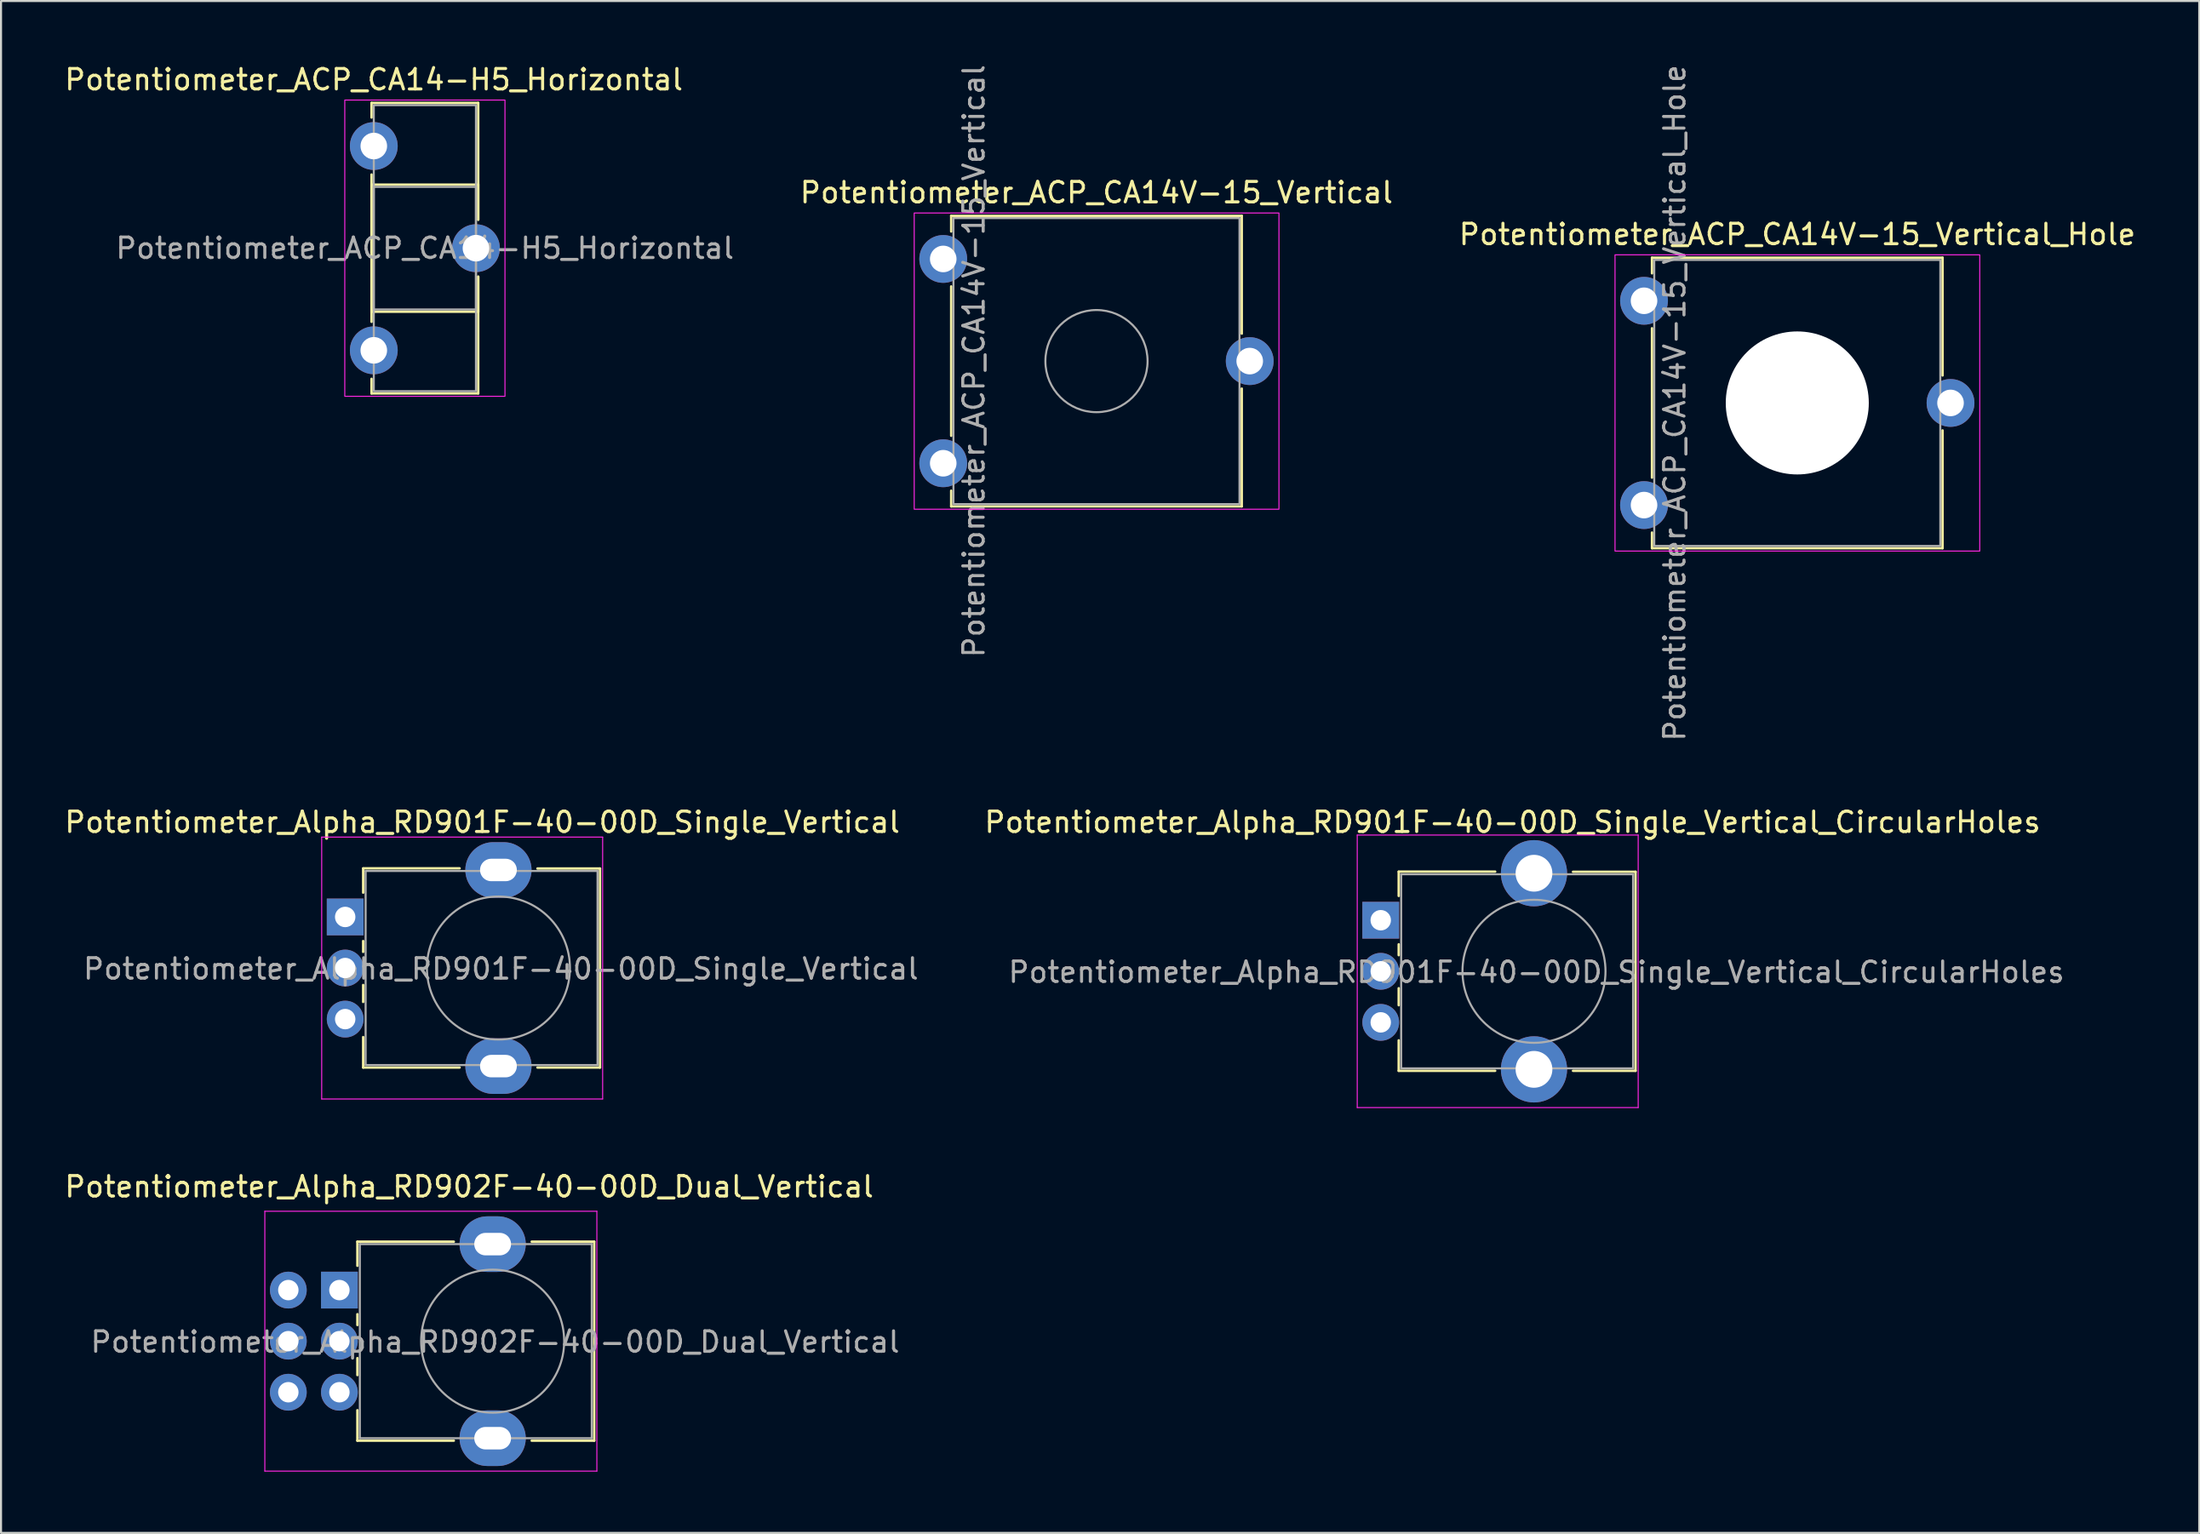
<source format=kicad_pcb>
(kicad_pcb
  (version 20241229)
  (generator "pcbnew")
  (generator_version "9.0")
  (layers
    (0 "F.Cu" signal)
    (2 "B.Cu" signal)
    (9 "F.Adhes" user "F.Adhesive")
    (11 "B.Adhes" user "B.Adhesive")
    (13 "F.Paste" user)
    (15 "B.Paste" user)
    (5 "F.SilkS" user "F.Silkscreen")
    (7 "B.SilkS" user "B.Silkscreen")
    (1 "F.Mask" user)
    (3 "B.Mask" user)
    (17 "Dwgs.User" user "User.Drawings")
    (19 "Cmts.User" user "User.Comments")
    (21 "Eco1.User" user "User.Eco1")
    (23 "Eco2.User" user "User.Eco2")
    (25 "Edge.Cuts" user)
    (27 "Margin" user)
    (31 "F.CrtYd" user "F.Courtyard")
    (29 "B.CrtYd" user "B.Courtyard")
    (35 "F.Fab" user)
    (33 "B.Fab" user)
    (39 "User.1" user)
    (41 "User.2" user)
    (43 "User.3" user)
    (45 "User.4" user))
  (footprint "Potentiometer_ACP_CA14-H5_Horizontal"
    (layer "F.Cu")
    (at 15.244 4.098)
    (property "Reference" "Potentiometer_ACP_CA14-H5_Horizontal" (at 0 -3.25 0) (layer "F.SilkS") (effects (font (size 1 1) (thickness 0.15))))
    (attr through_hole)
    (fp_line (start -0.11 -2.11) (end 5.11 -2.11) (stroke (width 0.12) (type solid)) (layer "F.SilkS"))
    (fp_line (start -0.11 -1.396) (end -0.11 -2.11) (stroke (width 0.12) (type solid)) (layer "F.SilkS"))
    (fp_line (start -0.11 1.89) (end 5.11 1.89) (stroke (width 0.12) (type solid)) (layer "F.SilkS"))
    (fp_line (start -0.11 8.11) (end -0.11 1.89) (stroke (width 0.12) (type solid)) (layer "F.SilkS"))
    (fp_line (start -0.11 8.604) (end -0.11 1.396) (stroke (width 0.12) (type solid)) (layer "F.SilkS"))
    (fp_line (start -0.11 12.11) (end -0.11 11.396) (stroke (width 0.12) (type solid)) (layer "F.SilkS"))
    (fp_line (start 5.11 -2.11) (end 5.11 3.604) (stroke (width 0.12) (type solid)) (layer "F.SilkS"))
    (fp_line (start 5.11 1.89) (end 5.11 3.604) (stroke (width 0.12) (type solid)) (layer "F.SilkS"))
    (fp_line (start 5.11 6.396) (end 5.11 8.11) (stroke (width 0.12) (type solid)) (layer "F.SilkS"))
    (fp_line (start 5.11 6.396) (end 5.11 12.11) (stroke (width 0.12) (type solid)) (layer "F.SilkS"))
    (fp_line (start 5.11 8.11) (end -0.11 8.11) (stroke (width 0.12) (type solid)) (layer "F.SilkS"))
    (fp_line (start 5.11 12.11) (end -0.11 12.11) (stroke (width 0.12) (type solid)) (layer "F.SilkS"))
    (fp_rect (start -1.42 -2.25) (end 6.42 12.25) (stroke (width 0.05) (type solid)) (fill no) (layer "F.CrtYd"))
    (fp_rect (start 0 -2) (end 5 12) (stroke (width 0.1) (type solid)) (fill no) (layer "F.Fab"))
    (fp_rect (start 0 2) (end 5 8) (stroke (width 0.1) (type solid)) (fill no) (layer "F.Fab"))
    (fp_text user "${REFERENCE}" (at 2.5 5 0) (layer "F.Fab") (effects (font (size 1 1) (thickness 0.15))))
    (pad "1" thru_hole circle (at 0 0) (size 2.34 2.34) (drill 1.3) (layers "*.Cu" "*.Mask"))
    (pad "2" thru_hole circle (at 5 5) (size 2.34 2.34) (drill 1.3) (layers "*.Cu" "*.Mask"))
    (pad "3" thru_hole circle (at 0 10) (size 2.34 2.34) (drill 1.3) (layers "*.Cu" "*.Mask")))
  (footprint "Potentiometer_ACP_CA14V-15_Vertical_Hole"
    (layer "F.Cu")
    (at 77.411 21.673)
    (property "Reference" "Potentiometer_ACP_CA14V-15_Vertical_Hole" (at 7.5 -13.25 0) (layer "F.SilkS") (effects (font (size 1 1) (thickness 0.15))))
    (attr through_hole)
    (fp_line (start 0.39 -12.11) (end 14.61 -12.11) (stroke (width 0.12) (type solid)) (layer "F.SilkS"))
    (fp_line (start 0.39 -11.345) (end 0.39 -12.11) (stroke (width 0.12) (type solid)) (layer "F.SilkS"))
    (fp_line (start 0.39 -1.345) (end 0.39 -8.655) (stroke (width 0.12) (type solid)) (layer "F.SilkS"))
    (fp_line (start 0.39 2.11) (end 0.39 1.345) (stroke (width 0.12) (type solid)) (layer "F.SilkS"))
    (fp_line (start 14.61 -12.11) (end 14.61 -6.345) (stroke (width 0.12) (type solid)) (layer "F.SilkS"))
    (fp_line (start 14.61 -3.655) (end 14.61 2.11) (stroke (width 0.12) (type solid)) (layer "F.SilkS"))
    (fp_line (start 14.61 2.11) (end 0.39 2.11) (stroke (width 0.12) (type solid)) (layer "F.SilkS"))
    (fp_rect (start -1.42 -12.25) (end 16.43 2.25) (stroke (width 0.05) (type solid)) (fill no) (layer "F.CrtYd"))
    (fp_rect (start 0.5 -12) (end 14.5 2) (stroke (width 0.1) (type solid)) (fill no) (layer "F.Fab"))
    (fp_text user "${REFERENCE}" (at 1.5 -5 90) (layer "F.Fab") (effects (font (size 1 1) (thickness 0.15))))
    (pad "" np_thru_hole circle (at 7.5 -5) (size 7 7) (drill 7) (layers "*.Cu" "*.Mask"))
    (pad "1" thru_hole circle (at 0 0) (size 2.34 2.34) (drill 1.3) (layers "*.Cu" "*.Mask"))
    (pad "2" thru_hole circle (at 15 -5) (size 2.34 2.34) (drill 1.3) (layers "*.Cu" "*.Mask"))
    (pad "3" thru_hole circle (at 0 -10) (size 2.34 2.34) (drill 1.3) (layers "*.Cu" "*.Mask")))
  (footprint "Potentiometer_Alpha_RD901F-40-00D_Single_Vertical_CircularHoles"
    (layer "F.Cu")
    (at 64.525 41.993)
    (property "Reference" "Potentiometer_Alpha_RD901F-40-00D_Single_Vertical_CircularHoles" (at 6.45 -4.8 180) (layer "F.SilkS") (effects (font (size 1 1) (thickness 0.15))))
    (attr through_hole)
    (fp_line (start 0.88 -2.38) (end 5.6 -2.38) (stroke (width 0.12) (type solid)) (layer "F.SilkS"))
    (fp_line (start 0.88 -1.19) (end 0.88 -2.37) (stroke (width 0.12) (type solid)) (layer "F.SilkS"))
    (fp_line (start 0.88 1.71) (end 0.88 1.18) (stroke (width 0.12) (type solid)) (layer "F.SilkS"))
    (fp_line (start 0.88 4.16) (end 0.88 3.33) (stroke (width 0.12) (type solid)) (layer "F.SilkS"))
    (fp_line (start 0.88 7.37) (end 0.88 5.88) (stroke (width 0.12) (type solid)) (layer "F.SilkS"))
    (fp_line (start 0.88 7.37) (end 5.6 7.37) (stroke (width 0.12) (type solid)) (layer "F.SilkS"))
    (fp_line (start 9.41 -2.37) (end 12.47 -2.37) (stroke (width 0.12) (type solid)) (layer "F.SilkS"))
    (fp_line (start 9.41 7.37) (end 12.47 7.37) (stroke (width 0.12) (type solid)) (layer "F.SilkS"))
    (fp_line (start 12.47 7.37) (end 12.47 -2.37) (stroke (width 0.12) (type solid)) (layer "F.SilkS"))
    (fp_line (start -1.15 -4.17) (end -1.15 9.17) (stroke (width 0.05) (type solid)) (layer "F.CrtYd"))
    (fp_line (start -1.15 9.17) (end 12.6 9.17) (stroke (width 0.05) (type solid)) (layer "F.CrtYd"))
    (fp_line (start 12.6 -4.17) (end -1.15 -4.17) (stroke (width 0.05) (type solid)) (layer "F.CrtYd"))
    (fp_line (start 12.6 9.17) (end 12.6 -4.17) (stroke (width 0.05) (type solid)) (layer "F.CrtYd"))
    (fp_line (start 1 -2.25) (end 12.35 -2.25) (stroke (width 0.1) (type solid)) (layer "F.Fab"))
    (fp_line (start 1 7.25) (end 1 -2.25) (stroke (width 0.1) (type solid)) (layer "F.Fab"))
    (fp_line (start 1 7.25) (end 12.35 7.25) (stroke (width 0.1) (type solid)) (layer "F.Fab"))
    (fp_line (start 12.35 7.25) (end 12.35 -2.25) (stroke (width 0.1) (type solid)) (layer "F.Fab"))
    (fp_circle (center 7.5 2.5) (end 7.5 -1) (stroke (width 0.1) (type solid)) (fill no) (layer "F.Fab"))
    (fp_text user "${REFERENCE}" (at 7.62 2.54 0) (layer "F.Fab") (effects (font (size 1 1) (thickness 0.15))))
    (pad "" thru_hole circle (at 7.5 -2.3 90) (size 3.24 3.24) (drill 1.8) (layers "*.Cu" "*.Mask"))
    (pad "" thru_hole circle (at 7.5 7.3 90) (size 3.24 3.24) (drill 1.8) (layers "*.Cu" "*.Mask"))
    (pad "1" thru_hole rect (at 0 0 90) (size 1.8 1.8) (drill 1) (layers "*.Cu" "*.Mask"))
    (pad "2" thru_hole circle (at 0 2.5 90) (size 1.8 1.8) (drill 1) (layers "*.Cu" "*.Mask"))
    (pad "3" thru_hole circle (at 0 5 90) (size 1.8 1.8) (drill 1) (layers "*.Cu" "*.Mask")))
  (footprint "Potentiometer_ACP_CA14V-15_Vertical"
    (layer "F.Cu")
    (at 43.113 19.625)
    (property "Reference" "Potentiometer_ACP_CA14V-15_Vertical" (at 7.5 -13.25 0) (layer "F.SilkS") (effects (font (size 1 1) (thickness 0.15))))
    (attr through_hole)
    (fp_line (start 0.39 -12.11) (end 14.61 -12.11) (stroke (width 0.12) (type solid)) (layer "F.SilkS"))
    (fp_line (start 0.39 -11.345) (end 0.39 -12.11) (stroke (width 0.12) (type solid)) (layer "F.SilkS"))
    (fp_line (start 0.39 -1.345) (end 0.39 -8.655) (stroke (width 0.12) (type solid)) (layer "F.SilkS"))
    (fp_line (start 0.39 2.11) (end 0.39 1.345) (stroke (width 0.12) (type solid)) (layer "F.SilkS"))
    (fp_line (start 14.61 -12.11) (end 14.61 -6.345) (stroke (width 0.12) (type solid)) (layer "F.SilkS"))
    (fp_line (start 14.61 -3.655) (end 14.61 2.11) (stroke (width 0.12) (type solid)) (layer "F.SilkS"))
    (fp_line (start 14.61 2.11) (end 0.39 2.11) (stroke (width 0.12) (type solid)) (layer "F.SilkS"))
    (fp_rect (start -1.42 -12.25) (end 16.43 2.25) (stroke (width 0.05) (type solid)) (fill no) (layer "F.CrtYd"))
    (fp_rect (start 0.5 -12) (end 14.5 2) (stroke (width 0.1) (type solid)) (fill no) (layer "F.Fab"))
    (fp_circle (center 7.5 -5) (end 10 -5) (stroke (width 0.1) (type solid)) (fill no) (layer "F.Fab"))
    (fp_text user "${REFERENCE}" (at 1.5 -5 90) (layer "F.Fab") (effects (font (size 1 1) (thickness 0.15))))
    (pad "1" thru_hole circle (at 0 0) (size 2.34 2.34) (drill 1.3) (layers "*.Cu" "*.Mask"))
    (pad "2" thru_hole circle (at 15 -5) (size 2.34 2.34) (drill 1.3) (layers "*.Cu" "*.Mask"))
    (pad "3" thru_hole circle (at 0 -10) (size 2.34 2.34) (drill 1.3) (layers "*.Cu" "*.Mask")))
  (footprint "Potentiometer_Alpha_RD901F-40-00D_Single_Vertical"
    (layer "F.Cu")
    (at 13.844 41.833)
    (property "Reference" "Potentiometer_Alpha_RD901F-40-00D_Single_Vertical" (at 6.71 -4.64 180) (layer "F.SilkS") (effects (font (size 1 1) (thickness 0.15))))
    (attr through_hole)
    (fp_line (start 0.88 -2.38) (end 5.6 -2.38) (stroke (width 0.12) (type solid)) (layer "F.SilkS"))
    (fp_line (start 0.88 -1.19) (end 0.88 -2.37) (stroke (width 0.12) (type solid)) (layer "F.SilkS"))
    (fp_line (start 0.88 1.71) (end 0.88 1.18) (stroke (width 0.12) (type solid)) (layer "F.SilkS"))
    (fp_line (start 0.88 4.16) (end 0.88 3.33) (stroke (width 0.12) (type solid)) (layer "F.SilkS"))
    (fp_line (start 0.88 7.37) (end 0.88 5.88) (stroke (width 0.12) (type solid)) (layer "F.SilkS"))
    (fp_line (start 0.88 7.37) (end 5.6 7.37) (stroke (width 0.12) (type solid)) (layer "F.SilkS"))
    (fp_line (start 9.41 -2.37) (end 12.47 -2.37) (stroke (width 0.12) (type solid)) (layer "F.SilkS"))
    (fp_line (start 9.41 7.37) (end 12.47 7.37) (stroke (width 0.12) (type solid)) (layer "F.SilkS"))
    (fp_line (start 12.47 7.37) (end 12.47 -2.37) (stroke (width 0.12) (type solid)) (layer "F.SilkS"))
    (fp_line (start -1.15 -3.91) (end -1.15 8.91) (stroke (width 0.05) (type solid)) (layer "F.CrtYd"))
    (fp_line (start -1.15 8.91) (end 12.6 8.91) (stroke (width 0.05) (type solid)) (layer "F.CrtYd"))
    (fp_line (start 12.6 -3.91) (end -1.15 -3.91) (stroke (width 0.05) (type solid)) (layer "F.CrtYd"))
    (fp_line (start 12.6 8.91) (end 12.6 -3.91) (stroke (width 0.05) (type solid)) (layer "F.CrtYd"))
    (fp_line (start 1 -2.25) (end 12.35 -2.25) (stroke (width 0.1) (type solid)) (layer "F.Fab"))
    (fp_line (start 1 7.25) (end 1 -2.25) (stroke (width 0.1) (type solid)) (layer "F.Fab"))
    (fp_line (start 1 7.25) (end 12.35 7.25) (stroke (width 0.1) (type solid)) (layer "F.Fab"))
    (fp_line (start 12.35 7.25) (end 12.35 -2.25) (stroke (width 0.1) (type solid)) (layer "F.Fab"))
    (fp_circle (center 7.5 2.5) (end 7.5 -1) (stroke (width 0.1) (type solid)) (fill no) (layer "F.Fab"))
    (fp_text user "${REFERENCE}" (at 7.62 2.54 0) (layer "F.Fab") (effects (font (size 1 1) (thickness 0.15))))
    (pad "" thru_hole oval (at 7.5 -2.3 90) (size 2.72 3.24) (drill oval 1.1 1.8) (layers "*.Cu" "*.Mask"))
    (pad "" thru_hole oval (at 7.5 7.3 90) (size 2.72 3.24) (drill oval 1.1 1.8) (layers "*.Cu" "*.Mask"))
    (pad "1" thru_hole rect (at 0 0 90) (size 1.8 1.8) (drill 1) (layers "*.Cu" "*.Mask"))
    (pad "2" thru_hole circle (at 0 2.5 90) (size 1.8 1.8) (drill 1) (layers "*.Cu" "*.Mask"))
    (pad "3" thru_hole circle (at 0 5 90) (size 1.8 1.8) (drill 1) (layers "*.Cu" "*.Mask")))
  (footprint "Potentiometer_Alpha_RD902F-40-00D_Dual_Vertical"
    (layer "F.Cu")
    (at 13.561 60.097)
    (property "Reference" "Potentiometer_Alpha_RD902F-40-00D_Dual_Vertical" (at 6.35 -5.06 180) (layer "F.SilkS") (effects (font (size 1 1) (thickness 0.15))))
    (attr through_hole)
    (fp_line (start 0.88 -2.37) (end 5.6 -2.37) (stroke (width 0.12) (type solid)) (layer "F.SilkS"))
    (fp_line (start 0.88 -1.19) (end 0.88 -2.37) (stroke (width 0.12) (type solid)) (layer "F.SilkS"))
    (fp_line (start 0.88 1.71) (end 0.88 1.18) (stroke (width 0.12) (type solid)) (layer "F.SilkS"))
    (fp_line (start 0.88 4.16) (end 0.88 3.33) (stroke (width 0.12) (type solid)) (layer "F.SilkS"))
    (fp_line (start 0.88 7.37) (end 0.88 5.88) (stroke (width 0.12) (type solid)) (layer "F.SilkS"))
    (fp_line (start 0.88 7.37) (end 5.6 7.37) (stroke (width 0.12) (type solid)) (layer "F.SilkS"))
    (fp_line (start 9.41 -2.37) (end 12.47 -2.37) (stroke (width 0.12) (type solid)) (layer "F.SilkS"))
    (fp_line (start 9.41 7.37) (end 12.47 7.37) (stroke (width 0.12) (type solid)) (layer "F.SilkS"))
    (fp_line (start 12.47 7.37) (end 12.47 -2.37) (stroke (width 0.12) (type solid)) (layer "F.SilkS"))
    (fp_line (start -3.65 -3.86) (end -3.65 8.86) (stroke (width 0.05) (type solid)) (layer "F.CrtYd"))
    (fp_line (start -3.65 8.86) (end 12.6 8.86) (stroke (width 0.05) (type solid)) (layer "F.CrtYd"))
    (fp_line (start 12.6 -3.86) (end -3.65 -3.86) (stroke (width 0.05) (type solid)) (layer "F.CrtYd"))
    (fp_line (start 12.6 8.86) (end 12.6 -3.86) (stroke (width 0.05) (type solid)) (layer "F.CrtYd"))
    (fp_line (start 1 -2.25) (end 12.35 -2.25) (stroke (width 0.1) (type solid)) (layer "F.Fab"))
    (fp_line (start 1 7.25) (end 1 -2.25) (stroke (width 0.1) (type solid)) (layer "F.Fab"))
    (fp_line (start 1 7.25) (end 12.35 7.25) (stroke (width 0.1) (type solid)) (layer "F.Fab"))
    (fp_line (start 12.35 7.25) (end 12.35 -2.25) (stroke (width 0.1) (type solid)) (layer "F.Fab"))
    (fp_circle (center 7.5 2.5) (end 7.5 -1) (stroke (width 0.1) (type solid)) (fill no) (layer "F.Fab"))
    (fp_text user "${REFERENCE}" (at 7.62 2.54 0) (layer "F.Fab") (effects (font (size 1 1) (thickness 0.15))))
    (pad "" thru_hole oval (at 7.5 -2.25 90) (size 2.72 3.24) (drill oval 1.1 1.8) (layers "*.Cu" "*.Mask"))
    (pad "" thru_hole oval (at 7.5 7.25 90) (size 2.72 3.24) (drill oval 1.1 1.8) (layers "*.Cu" "*.Mask"))
    (pad "1" thru_hole rect (at 0 0 90) (size 1.8 1.8) (drill 1) (layers "*.Cu" "*.Mask"))
    (pad "2" thru_hole circle (at 0 2.5 90) (size 1.8 1.8) (drill 1) (layers "*.Cu" "*.Mask"))
    (pad "3" thru_hole circle (at 0 5 90) (size 1.8 1.8) (drill 1) (layers "*.Cu" "*.Mask"))
    (pad "4" thru_hole circle (at -2.5 0 90) (size 1.8 1.8) (drill 1) (layers "*.Cu" "*.Mask"))
    (pad "5" thru_hole circle (at -2.5 2.5 90) (size 1.8 1.8) (drill 1) (layers "*.Cu" "*.Mask"))
    (pad "6" thru_hole circle (at -2.5 5 90) (size 1.8 1.8) (drill 1) (layers "*.Cu" "*.Mask")))
  (gr_rect
    (start -3 -3)
    (end 104.583 71.982)
    (stroke (width 0.1) (type default))
    (fill no)
    (layer "Edge.Cuts")))
</source>
